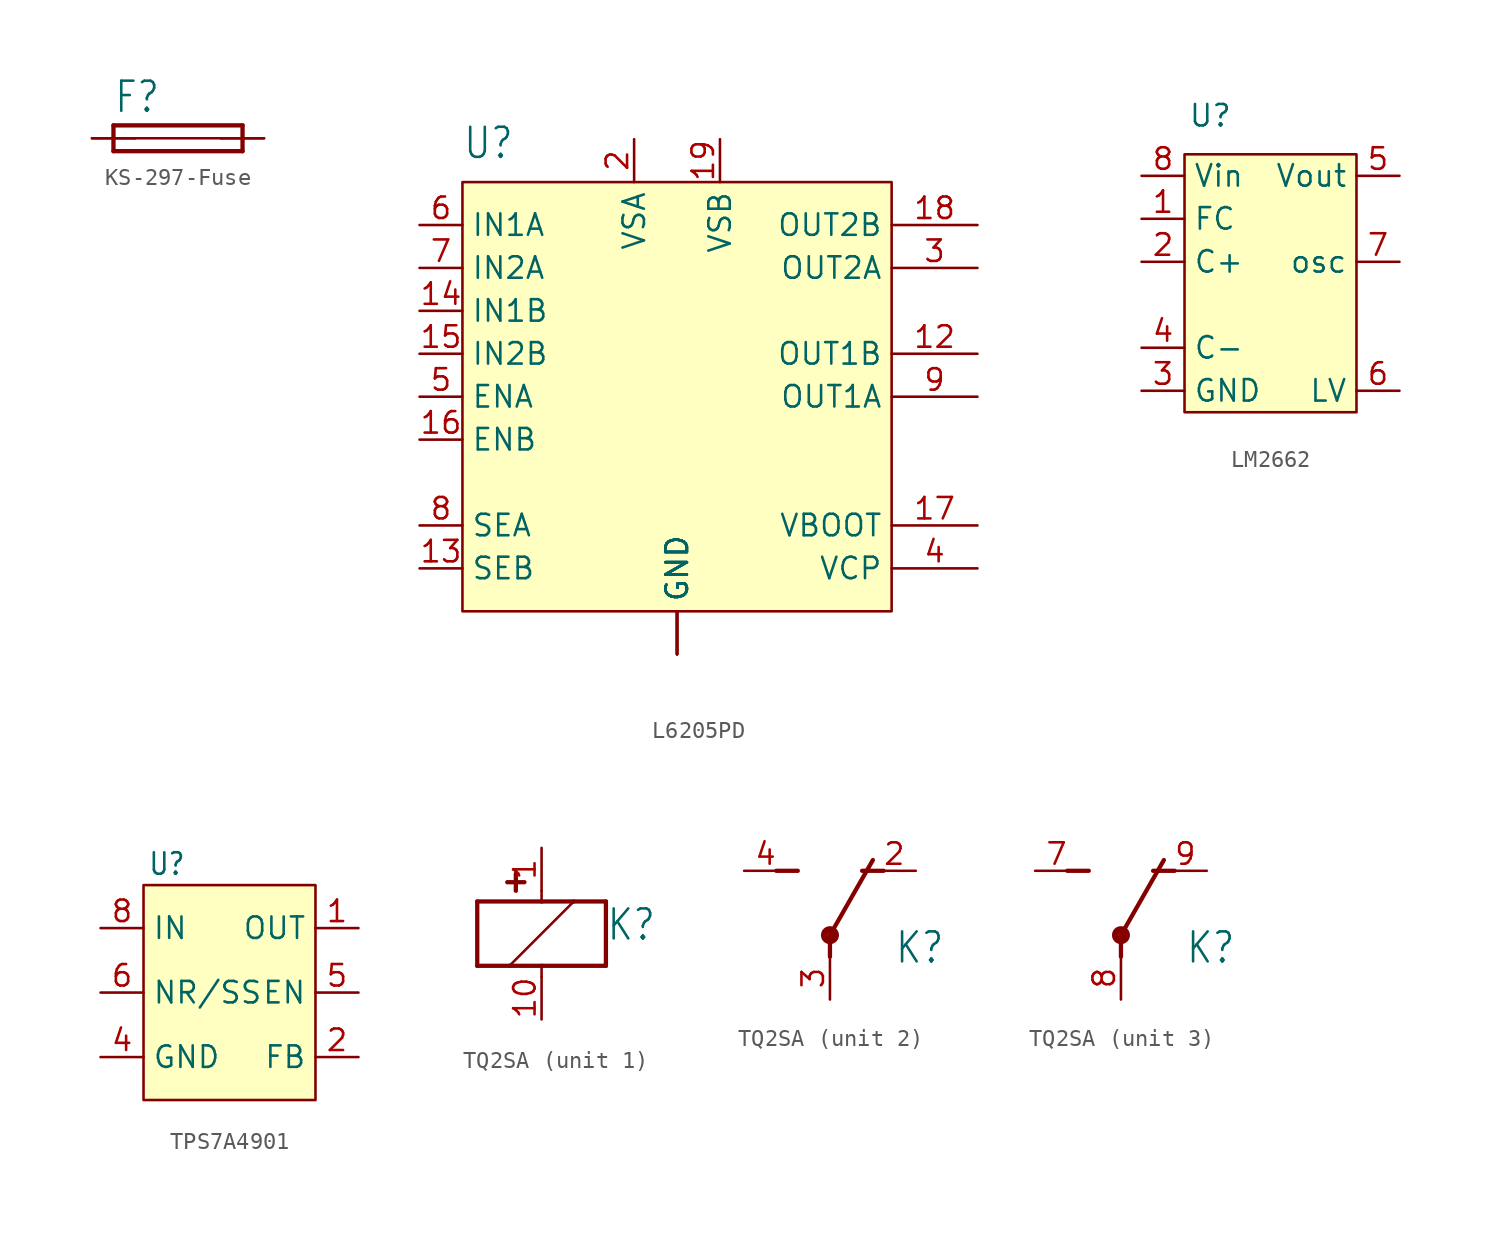
<source format=kicad_sym>
(kicad_symbol_lib
  (version 20231120)
  (generator "kicad_symbol_editor")
  (generator_version "8.0")
  (symbol "KS-297-Fuse"
    (property "Reference" "F"
      (at -3.81 1.397 0)
      (effects (font (size 1.778 1.511)) (justify left bottom)))
    (symbol "KS-297-Fuse_1_0"
      (polyline (pts (xy -3.81 -0.762) (xy 3.81 -0.762)) (stroke (width 0.254) (type solid)) (fill (type none)))
      (polyline (pts (xy -3.81 0.762) (xy -3.81 -0.762)) (stroke (width 0.254) (type solid)) (fill (type none)))
      (polyline (pts (xy -2.54 0) (xy 2.54 0)) (stroke (width 0.152) (type solid)) (fill (type none)))
      (polyline (pts (xy 3.81 -0.762) (xy 3.81 0.762)) (stroke (width 0.254) (type solid)) (fill (type none)))
      (polyline (pts (xy 3.81 0.762) (xy -3.81 0.762)) (stroke (width 0.254) (type solid)) (fill (type none)))
      (pin passive line (at -5.08 0 0) (length 2.54) (name "1" (effects (font (size 0 0)))) (number "1" (effects (font (size 0 0)))))
      (pin passive line (at 5.08 0 180) (length 2.54) (name "2" (effects (font (size 0 0)))) (number "2" (effects (font (size 0 0)))))
      (pin passive line (at -5.08 0 0) (length 2.54) (name "1" (effects (font (size 0 0)))) (number "P$2" (effects (font (size 0 0)))))
      (pin passive line (at 5.08 0 180) (length 2.54) (name "2" (effects (font (size 0 0)))) (number "P$4" (effects (font (size 0 0)))))))
  (symbol "L6205PD"
    (property "Reference" "U"
      (at -12.7 13.97 0)
      (effects (font (size 1.778 1.511)) (justify left bottom)))
    (symbol "L6205PD_0_1"
      (rectangle (start -12.7 12.7) (end 12.7 -12.7) (stroke (width 0) (type default)) (fill (type background))))
    (symbol "L6205PD_1_0"
      (pin bidirectional line (at 0 -15.24 90) (length 2.54) (name "GND" (effects (font (size 1.27 1.27)))) (number "1" (effects (font (size 0 0)))))
      (pin bidirectional line (at 0 -15.24 90) (length 2.54) (name "GND" (effects (font (size 1.27 1.27)))) (number "10" (effects (font (size 0 0)))))
      (pin bidirectional line (at 0 -15.24 90) (length 2.54) (name "GND" (effects (font (size 1.27 1.27)))) (number "11" (effects (font (size 0 0)))))
      (pin bidirectional line (at 17.78 2.54 180) (length 5.08) (name "OUT1B" (effects (font (size 1.27 1.27)))) (number "12" (effects (font (size 1.27 1.27)))))
      (pin bidirectional line (at -15.24 -10.16 0) (length 2.54) (name "SEB" (effects (font (size 1.27 1.27)))) (number "13" (effects (font (size 1.27 1.27)))))
      (pin bidirectional line (at -15.24 5.08 0) (length 2.54) (name "IN1B" (effects (font (size 1.27 1.27)))) (number "14" (effects (font (size 1.27 1.27)))))
      (pin bidirectional line (at -15.24 2.54 0) (length 2.54) (name "IN2B" (effects (font (size 1.27 1.27)))) (number "15" (effects (font (size 1.27 1.27)))))
      (pin bidirectional line (at -15.24 -2.54 0) (length 2.54) (name "ENB" (effects (font (size 1.27 1.27)))) (number "16" (effects (font (size 1.27 1.27)))))
      (pin bidirectional line (at 17.78 -7.62 180) (length 5.08) (name "VBOOT" (effects (font (size 1.27 1.27)))) (number "17" (effects (font (size 1.27 1.27)))))
      (pin bidirectional line (at 17.78 10.16 180) (length 5.08) (name "OUT2B" (effects (font (size 1.27 1.27)))) (number "18" (effects (font (size 1.27 1.27)))))
      (pin bidirectional line (at 2.54 15.24 270) (length 2.54) (name "VSB" (effects (font (size 1.27 1.27)))) (number "19" (effects (font (size 1.27 1.27)))))
      (pin bidirectional line (at -2.54 15.24 270) (length 2.54) (name "VSA" (effects (font (size 1.27 1.27)))) (number "2" (effects (font (size 1.27 1.27)))))
      (pin bidirectional line (at 0 -15.24 90) (length 2.54) (name "GND" (effects (font (size 1.27 1.27)))) (number "20" (effects (font (size 0 0)))))
      (pin bidirectional line (at 17.78 7.62 180) (length 5.08) (name "OUT2A" (effects (font (size 1.27 1.27)))) (number "3" (effects (font (size 1.27 1.27)))))
      (pin bidirectional line (at 17.78 -10.16 180) (length 5.08) (name "VCP" (effects (font (size 1.27 1.27)))) (number "4" (effects (font (size 1.27 1.27)))))
      (pin bidirectional line (at -15.24 0 0) (length 2.54) (name "ENA" (effects (font (size 1.27 1.27)))) (number "5" (effects (font (size 1.27 1.27)))))
      (pin bidirectional line (at -15.24 10.16 0) (length 2.54) (name "IN1A" (effects (font (size 1.27 1.27)))) (number "6" (effects (font (size 1.27 1.27)))))
      (pin bidirectional line (at -15.24 7.62 0) (length 2.54) (name "IN2A" (effects (font (size 1.27 1.27)))) (number "7" (effects (font (size 1.27 1.27)))))
      (pin bidirectional line (at -15.24 -7.62 0) (length 2.54) (name "SEA" (effects (font (size 1.27 1.27)))) (number "8" (effects (font (size 1.27 1.27)))))
      (pin bidirectional line (at 17.78 0 180) (length 5.08) (name "OUT1A" (effects (font (size 1.27 1.27)))) (number "9" (effects (font (size 1.27 1.27)))))
      (pin bidirectional line (at 0 -15.24 90) (length 2.54) (name "GND" (effects (font (size 1.27 1.27)))) (number "P$1" (effects (font (size 0 0)))))))
  (symbol "LM2662"
    (property "Reference" "U"
      (at -3.556 9.906 0)
      (effects (font (size 1.27 1.27))))
    (symbol "LM2662_0_1"
      (rectangle (start -5.08 7.62) (end 5.08 -7.62) (stroke (width 0) (type default)) (fill (type background))))
    (symbol "LM2662_1_0"
      (pin input line (at -7.62 3.81 0) (length 2.54) (name "FC" (effects (font (size 1.27 1.27)))) (number "1" (effects (font (size 1.27 1.27)))))
      (pin bidirectional line (at -7.62 1.27 0) (length 2.54) (name "C+" (effects (font (size 1.27 1.27)))) (number "2" (effects (font (size 1.27 1.27)))))
      (pin power_in line (at -7.62 -6.35 0) (length 2.54) (name "GND" (effects (font (size 1.27 1.27)))) (number "3" (effects (font (size 1.27 1.27)))))
      (pin bidirectional line (at -7.62 -3.81 0) (length 2.54) (name "C-" (effects (font (size 1.27 1.27)))) (number "4" (effects (font (size 1.27 1.27)))))
      (pin power_out line (at 7.62 6.35 180) (length 2.54) (name "Vout" (effects (font (size 1.27 1.27)))) (number "5" (effects (font (size 1.27 1.27)))))
      (pin input line (at 7.62 -6.35 180) (length 2.54) (name "LV" (effects (font (size 1.27 1.27)))) (number "6" (effects (font (size 1.27 1.27)))))
      (pin input line (at 7.62 1.27 180) (length 2.54) (name "osc" (effects (font (size 1.27 1.27)))) (number "7" (effects (font (size 1.27 1.27)))))
      (pin power_in line (at -7.62 6.35 0) (length 2.54) (name "Vin" (effects (font (size 1.27 1.27)))) (number "8" (effects (font (size 1.27 1.27)))))))
  (symbol "TPS7A4901"
    (property "Reference" "U"
      (at -4.826 6.858 0)
      (effects (font (size 1.27 1.079)) (justify left bottom)))
    (symbol "TPS7A4901_1_0"
      (pin power_out line (at 7.62 3.81 180) (length 2.54) (name "OUT" (effects (font (size 1.27 1.27)))) (number "1" (effects (font (size 1.27 1.27)))))
      (pin input line (at 7.62 -3.81 180) (length 2.54) (name "FB" (effects (font (size 1.27 1.27)))) (number "2" (effects (font (size 1.27 1.27)))))
      (pin power_in line (at -7.62 -3.81 0) (length 2.54) (name "GND" (effects (font (size 1.27 1.27)))) (number "4" (effects (font (size 1.27 1.27)))))
      (pin input line (at 7.62 0 180) (length 2.54) (name "EN" (effects (font (size 1.27 1.27)))) (number "5" (effects (font (size 1.27 1.27)))))
      (pin bidirectional line (at -7.62 0 0) (length 2.54) (name "NR/SS" (effects (font (size 1.27 1.27)))) (number "6" (effects (font (size 1.27 1.27)))))
      (pin power_in line (at -7.62 3.81 0) (length 2.54) (name "IN" (effects (font (size 1.27 1.27)))) (number "8" (effects (font (size 1.27 1.27))))))
    (symbol "TPS7A4901_1_1"
      (rectangle (start -5.08 6.35) (end 5.08 -6.35) (stroke (width 0) (type default)) (fill (type background)))))
  (symbol "TQ2SA"
    (property "Reference" "K"
      (at 3.81 -0.508 0)
      (effects (font (size 1.778 1.511)) (justify left bottom)))
    (property "ki_locked" ""
      (at 0 0 0)
      (effects (font (size 1.27 1.27))))
    (symbol "TQ2SA_1_0"
      (polyline (pts (xy -3.81 -1.905) (xy -1.905 -1.905)) (stroke (width 0.254) (type solid)) (fill (type none)))
      (polyline (pts (xy -3.81 1.905) (xy -3.81 -1.905)) (stroke (width 0.254) (type solid)) (fill (type none)))
      (polyline (pts (xy -1.905 -1.905) (xy 0 -1.905)) (stroke (width 0.254) (type solid)) (fill (type none)))
      (polyline (pts (xy -1.905 -1.905) (xy 1.905 1.905)) (stroke (width 0.152) (type solid)) (fill (type none)))
      (polyline (pts (xy -1.524 3.556) (xy -1.524 2.54)) (stroke (width 0.254) (type solid)) (fill (type none)))
      (polyline (pts (xy -1.016 3.048) (xy -2.032 3.048)) (stroke (width 0.254) (type solid)) (fill (type none)))
      (polyline (pts (xy 0 -2.54) (xy 0 -1.905)) (stroke (width 0.152) (type solid)) (fill (type none)))
      (polyline (pts (xy 0 -1.905) (xy 3.81 -1.905)) (stroke (width 0.254) (type solid)) (fill (type none)))
      (polyline (pts (xy 0 1.905) (xy -3.81 1.905)) (stroke (width 0.254) (type solid)) (fill (type none)))
      (polyline (pts (xy 0 2.54) (xy 0 1.905)) (stroke (width 0.152) (type solid)) (fill (type none)))
      (polyline (pts (xy 1.905 1.905) (xy 0 1.905)) (stroke (width 0.254) (type solid)) (fill (type none)))
      (polyline (pts (xy 3.81 -1.905) (xy 3.81 1.905)) (stroke (width 0.254) (type solid)) (fill (type none)))
      (polyline (pts (xy 3.81 1.905) (xy 1.905 1.905)) (stroke (width 0.254) (type solid)) (fill (type none)))
      (pin passive line (at 0 5.08 270) (length 2.54) (name "1" (effects (font (size 0 0)))) (number "1" (effects (font (size 1.27 1.27)))))
      (pin passive line (at 0 -5.08 90) (length 2.54) (name "2" (effects (font (size 0 0)))) (number "10" (effects (font (size 1.27 1.27))))))
    (symbol "TQ2SA_2_0"
      (polyline (pts (xy -3.175 5.08) (xy -1.905 5.08)) (stroke (width 0.254) (type solid)) (fill (type none)))
      (polyline (pts (xy 0 1.27) (xy 0 0)) (stroke (width 0.254) (type solid)) (fill (type none)))
      (polyline (pts (xy 0 1.27) (xy 2.54 5.715)) (stroke (width 0.254) (type solid)) (fill (type none)))
      (polyline (pts (xy 3.175 5.08) (xy 1.905 5.08)) (stroke (width 0.254) (type solid)) (fill (type none)))
      (circle (center 0 1.27) (radius 0.127) (stroke (width 0.406) (type solid)) (fill (type none)))
      (pin passive line (at 5.08 5.08 180) (length 2.54) (name "CC" (effects (font (size 0 0)))) (number "2" (effects (font (size 1.27 1.27)))))
      (pin passive line (at 0 -2.54 90) (length 2.54) (name "CON" (effects (font (size 0 0)))) (number "3" (effects (font (size 1.27 1.27)))))
      (pin passive line (at -5.08 5.08 0) (length 2.54) (name "OC" (effects (font (size 0 0)))) (number "4" (effects (font (size 1.27 1.27))))))
    (symbol "TQ2SA_3_0"
      (polyline (pts (xy -3.175 5.08) (xy -1.905 5.08)) (stroke (width 0.254) (type solid)) (fill (type none)))
      (polyline (pts (xy 0 1.27) (xy 0 0)) (stroke (width 0.254) (type solid)) (fill (type none)))
      (polyline (pts (xy 0 1.27) (xy 2.54 5.715)) (stroke (width 0.254) (type solid)) (fill (type none)))
      (polyline (pts (xy 3.175 5.08) (xy 1.905 5.08)) (stroke (width 0.254) (type solid)) (fill (type none)))
      (circle (center 0 1.27) (radius 0.127) (stroke (width 0.406) (type solid)) (fill (type none)))
      (pin passive line (at -5.08 5.08 0) (length 2.54) (name "OC" (effects (font (size 0 0)))) (number "7" (effects (font (size 1.27 1.27)))))
      (pin passive line (at 0 -2.54 90) (length 2.54) (name "CON" (effects (font (size 0 0)))) (number "8" (effects (font (size 1.27 1.27)))))
      (pin passive line (at 5.08 5.08 180) (length 2.54) (name "CC" (effects (font (size 0 0)))) (number "9" (effects (font (size 1.27 1.27))))))))
</source>
